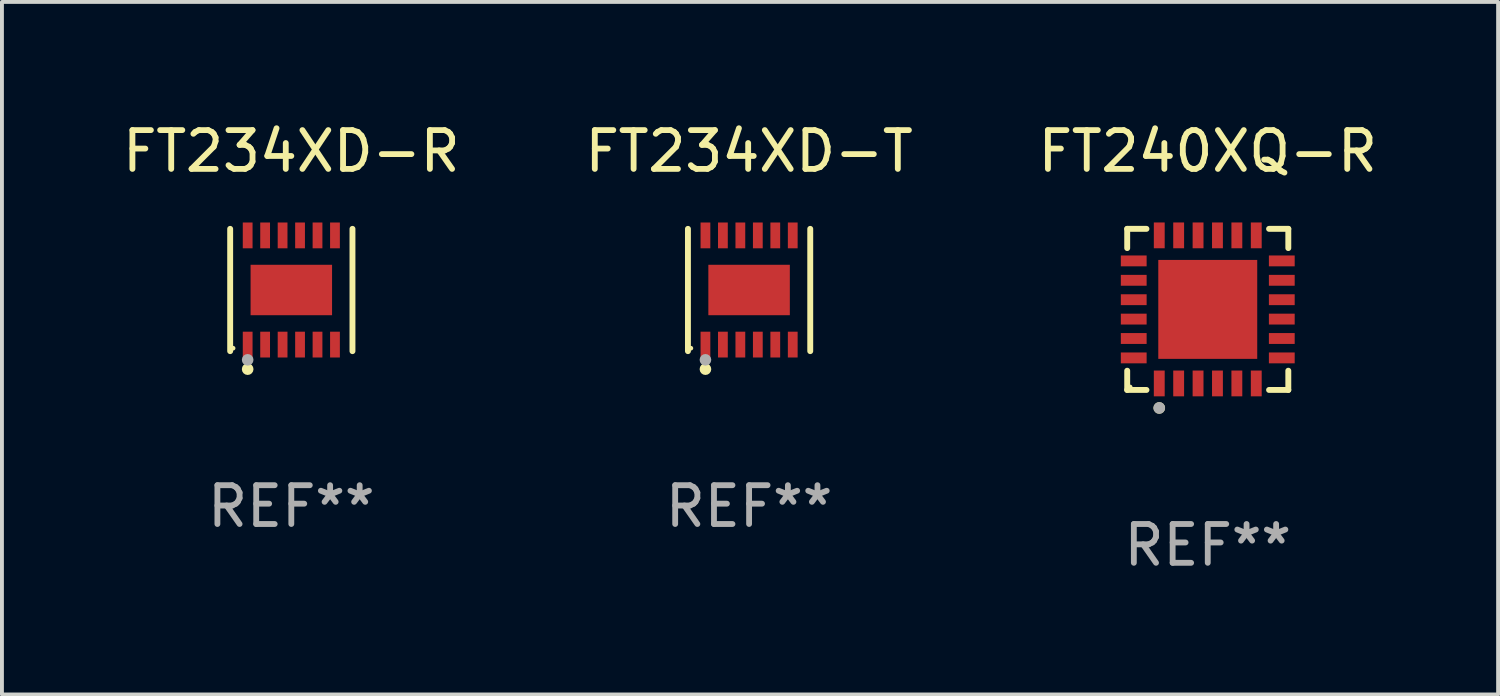
<source format=kicad_pcb>
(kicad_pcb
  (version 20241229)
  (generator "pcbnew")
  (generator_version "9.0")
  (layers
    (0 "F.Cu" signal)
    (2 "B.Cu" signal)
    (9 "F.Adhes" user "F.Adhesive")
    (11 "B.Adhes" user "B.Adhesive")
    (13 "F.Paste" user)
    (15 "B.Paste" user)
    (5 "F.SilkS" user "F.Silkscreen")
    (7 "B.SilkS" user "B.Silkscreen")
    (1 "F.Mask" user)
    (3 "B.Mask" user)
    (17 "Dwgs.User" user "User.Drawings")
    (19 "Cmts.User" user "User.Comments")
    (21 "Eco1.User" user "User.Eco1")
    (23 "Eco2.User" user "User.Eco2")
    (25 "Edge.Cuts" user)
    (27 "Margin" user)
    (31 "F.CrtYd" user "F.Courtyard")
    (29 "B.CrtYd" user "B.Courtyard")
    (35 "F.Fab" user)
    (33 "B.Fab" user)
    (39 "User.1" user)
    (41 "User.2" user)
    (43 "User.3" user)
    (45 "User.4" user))
  (footprint "FT234XD-T"
    (layer "F.Cu")
    (at 16.256 4.424)
    (property "Reference" "FT234XD-T" (at 0 -3.576 0) (layer "F.SilkS") (effects (font (size 1 1) (thickness 0.15))))
    (attr through_hole)
    (fp_line (start -1.576 1.576) (end -1.576 -1.576) (stroke (width 0.152) (type solid)) (layer "F.SilkS"))
    (fp_line (start 1.576 1.576) (end 1.576 -1.576) (stroke (width 0.152) (type solid)) (layer "F.SilkS"))
    (fp_circle (center -1.5 1.5) (end -1.47 1.5) (stroke (width 0.06) (type solid)) (fill no) (layer "F.SilkS"))
    (fp_circle (center -1.125 2.04) (end -1.05 2.04) (stroke (width 0.15) (type solid)) (fill no) (layer "F.SilkS"))
    (fp_circle (center -1.125 1.8) (end -1.05 1.8) (stroke (width 0.15) (type solid)) (fill no) (layer "F.Fab"))
    (fp_text user "REF**" (at 0 5.576 0) (layer "F.Fab") (effects (font (size 1 1) (thickness 0.15))))
    (pad "1" smd rect (at -1.125 1.407) (size 0.252 0.665) (layers "F.Cu" "F.Mask" "F.Paste"))
    (pad "2" smd rect (at -0.675 1.407) (size 0.252 0.665) (layers "F.Cu" "F.Mask" "F.Paste"))
    (pad "3" smd rect (at -0.225 1.407) (size 0.252 0.665) (layers "F.Cu" "F.Mask" "F.Paste"))
    (pad "4" smd rect (at 0.225 1.407) (size 0.252 0.665) (layers "F.Cu" "F.Mask" "F.Paste"))
    (pad "5" smd rect (at 0.675 1.407) (size 0.252 0.665) (layers "F.Cu" "F.Mask" "F.Paste"))
    (pad "6" smd rect (at 1.125 1.407) (size 0.252 0.665) (layers "F.Cu" "F.Mask" "F.Paste"))
    (pad "7" smd rect (at 1.125 -1.407) (size 0.252 0.665) (layers "F.Cu" "F.Mask" "F.Paste"))
    (pad "8" smd rect (at 0.675 -1.407) (size 0.252 0.665) (layers "F.Cu" "F.Mask" "F.Paste"))
    (pad "9" smd rect (at 0.225 -1.407) (size 0.252 0.665) (layers "F.Cu" "F.Mask" "F.Paste"))
    (pad "10" smd rect (at -0.225 -1.407) (size 0.252 0.665) (layers "F.Cu" "F.Mask" "F.Paste"))
    (pad "11" smd rect (at -0.675 -1.407) (size 0.252 0.665) (layers "F.Cu" "F.Mask" "F.Paste"))
    (pad "12" smd rect (at -1.125 -1.407) (size 0.252 0.665) (layers "F.Cu" "F.Mask" "F.Paste"))
    (pad "13" smd rect (at 0 0) (size 2.1 1.3) (layers "F.Cu" "F.Mask" "F.Paste")))
  (footprint "FT234XD-R"
    (layer "F.Cu")
    (at 4.458 4.424)
    (property "Reference" "FT234XD-R" (at 0 -3.576 0) (layer "F.SilkS") (effects (font (size 1 1) (thickness 0.15))))
    (attr through_hole)
    (fp_line (start -1.576 1.576) (end -1.576 -1.576) (stroke (width 0.152) (type solid)) (layer "F.SilkS"))
    (fp_line (start 1.576 1.576) (end 1.576 -1.576) (stroke (width 0.152) (type solid)) (layer "F.SilkS"))
    (fp_circle (center -1.5 1.5) (end -1.47 1.5) (stroke (width 0.06) (type solid)) (fill no) (layer "F.SilkS"))
    (fp_circle (center -1.125 2.04) (end -1.05 2.04) (stroke (width 0.15) (type solid)) (fill no) (layer "F.SilkS"))
    (fp_circle (center -1.125 1.8) (end -1.05 1.8) (stroke (width 0.15) (type solid)) (fill no) (layer "F.Fab"))
    (fp_text user "REF**" (at 0 5.576 0) (layer "F.Fab") (effects (font (size 1 1) (thickness 0.15))))
    (pad "1" smd rect (at -1.125 1.407) (size 0.252 0.665) (layers "F.Cu" "F.Mask" "F.Paste"))
    (pad "2" smd rect (at -0.675 1.407) (size 0.252 0.665) (layers "F.Cu" "F.Mask" "F.Paste"))
    (pad "3" smd rect (at -0.225 1.407) (size 0.252 0.665) (layers "F.Cu" "F.Mask" "F.Paste"))
    (pad "4" smd rect (at 0.225 1.407) (size 0.252 0.665) (layers "F.Cu" "F.Mask" "F.Paste"))
    (pad "5" smd rect (at 0.675 1.407) (size 0.252 0.665) (layers "F.Cu" "F.Mask" "F.Paste"))
    (pad "6" smd rect (at 1.125 1.407) (size 0.252 0.665) (layers "F.Cu" "F.Mask" "F.Paste"))
    (pad "7" smd rect (at 1.125 -1.407) (size 0.252 0.665) (layers "F.Cu" "F.Mask" "F.Paste"))
    (pad "8" smd rect (at 0.675 -1.407) (size 0.252 0.665) (layers "F.Cu" "F.Mask" "F.Paste"))
    (pad "9" smd rect (at 0.225 -1.407) (size 0.252 0.665) (layers "F.Cu" "F.Mask" "F.Paste"))
    (pad "10" smd rect (at -0.225 -1.407) (size 0.252 0.665) (layers "F.Cu" "F.Mask" "F.Paste"))
    (pad "11" smd rect (at -0.675 -1.407) (size 0.252 0.665) (layers "F.Cu" "F.Mask" "F.Paste"))
    (pad "12" smd rect (at -1.125 -1.407) (size 0.252 0.665) (layers "F.Cu" "F.Mask" "F.Paste"))
    (pad "13" smd rect (at 0 0) (size 2.1 1.3) (layers "F.Cu" "F.Mask" "F.Paste")))
  (footprint "FT240XQ-R"
    (layer "F.Cu")
    (at 28.077 4.924)
    (property "Reference" "FT240XQ-R" (at 0 -4.076 0) (layer "F.SilkS") (effects (font (size 1 1) (thickness 0.15))))
    (attr through_hole)
    (fp_line (start -2.076 -2.076) (end -1.58 -2.076) (stroke (width 0.152) (type solid)) (layer "F.SilkS"))
    (fp_line (start -2.076 -1.58) (end -2.076 -2.076) (stroke (width 0.152) (type solid)) (layer "F.SilkS"))
    (fp_line (start -2.076 1.58) (end -2.076 2.076) (stroke (width 0.152) (type solid)) (layer "F.SilkS"))
    (fp_line (start -2.076 2.076) (end -1.58 2.076) (stroke (width 0.152) (type solid)) (layer "F.SilkS"))
    (fp_line (start 2.076 -2.076) (end 1.58 -2.076) (stroke (width 0.152) (type solid)) (layer "F.SilkS"))
    (fp_line (start 2.076 -1.58) (end 2.076 -2.076) (stroke (width 0.152) (type solid)) (layer "F.SilkS"))
    (fp_line (start 2.076 1.58) (end 2.076 2.076) (stroke (width 0.152) (type solid)) (layer "F.SilkS"))
    (fp_line (start 2.076 2.076) (end 1.58 2.076) (stroke (width 0.152) (type solid)) (layer "F.SilkS"))
    (fp_circle (center -2 2) (end -1.97 2) (stroke (width 0.06) (type solid)) (fill no) (layer "F.SilkS"))
    (fp_circle (center -1.25 2.54) (end -1.175 2.54) (stroke (width 0.15) (type solid)) (fill no) (layer "F.SilkS"))
    (fp_circle (center -1.25 2.54) (end -1.175 2.54) (stroke (width 0.15) (type solid)) (fill no) (layer "F.Fab"))
    (fp_text user "REF**" (at 0 6.076 0) (layer "F.Fab") (effects (font (size 1 1) (thickness 0.15))))
    (pad "1" smd rect (at -1.25 1.908) (size 0.28 0.665) (layers "F.Cu" "F.Mask" "F.Paste"))
    (pad "2" smd rect (at -0.75 1.908) (size 0.28 0.665) (layers "F.Cu" "F.Mask" "F.Paste"))
    (pad "3" smd rect (at -0.25 1.908) (size 0.28 0.665) (layers "F.Cu" "F.Mask" "F.Paste"))
    (pad "4" smd rect (at 0.25 1.908) (size 0.28 0.665) (layers "F.Cu" "F.Mask" "F.Paste"))
    (pad "5" smd rect (at 0.75 1.908) (size 0.28 0.665) (layers "F.Cu" "F.Mask" "F.Paste"))
    (pad "6" smd rect (at 1.25 1.908) (size 0.28 0.665) (layers "F.Cu" "F.Mask" "F.Paste"))
    (pad "7" smd rect (at 1.908 1.25) (size 0.665 0.28) (layers "F.Cu" "F.Mask" "F.Paste"))
    (pad "8" smd rect (at 1.908 0.75) (size 0.665 0.28) (layers "F.Cu" "F.Mask" "F.Paste"))
    (pad "9" smd rect (at 1.908 0.25) (size 0.665 0.28) (layers "F.Cu" "F.Mask" "F.Paste"))
    (pad "10" smd rect (at 1.908 -0.25) (size 0.665 0.28) (layers "F.Cu" "F.Mask" "F.Paste"))
    (pad "11" smd rect (at 1.908 -0.75) (size 0.665 0.28) (layers "F.Cu" "F.Mask" "F.Paste"))
    (pad "12" smd rect (at 1.908 -1.25) (size 0.665 0.28) (layers "F.Cu" "F.Mask" "F.Paste"))
    (pad "13" smd rect (at 1.25 -1.908) (size 0.28 0.665) (layers "F.Cu" "F.Mask" "F.Paste"))
    (pad "14" smd rect (at 0.75 -1.908) (size 0.28 0.665) (layers "F.Cu" "F.Mask" "F.Paste"))
    (pad "15" smd rect (at 0.25 -1.908) (size 0.28 0.665) (layers "F.Cu" "F.Mask" "F.Paste"))
    (pad "16" smd rect (at -0.25 -1.908) (size 0.28 0.665) (layers "F.Cu" "F.Mask" "F.Paste"))
    (pad "17" smd rect (at -0.75 -1.908) (size 0.28 0.665) (layers "F.Cu" "F.Mask" "F.Paste"))
    (pad "18" smd rect (at -1.25 -1.908) (size 0.28 0.665) (layers "F.Cu" "F.Mask" "F.Paste"))
    (pad "19" smd rect (at -1.908 -1.25) (size 0.665 0.28) (layers "F.Cu" "F.Mask" "F.Paste"))
    (pad "20" smd rect (at -1.908 -0.75) (size 0.665 0.28) (layers "F.Cu" "F.Mask" "F.Paste"))
    (pad "21" smd rect (at -1.908 -0.25) (size 0.665 0.28) (layers "F.Cu" "F.Mask" "F.Paste"))
    (pad "22" smd rect (at -1.908 0.25) (size 0.665 0.28) (layers "F.Cu" "F.Mask" "F.Paste"))
    (pad "23" smd rect (at -1.908 0.75) (size 0.665 0.28) (layers "F.Cu" "F.Mask" "F.Paste"))
    (pad "24" smd rect (at -1.908 1.25) (size 0.665 0.28) (layers "F.Cu" "F.Mask" "F.Paste"))
    (pad "25" smd rect (at 0 0) (size 2.55 2.55) (layers "F.Cu" "F.Mask" "F.Paste")))
  (gr_rect
    (start -3 -3)
    (end 35.56 14.849)
    (stroke (width 0.1) (type default))
    (fill no)
    (layer "Edge.Cuts")))
</source>
